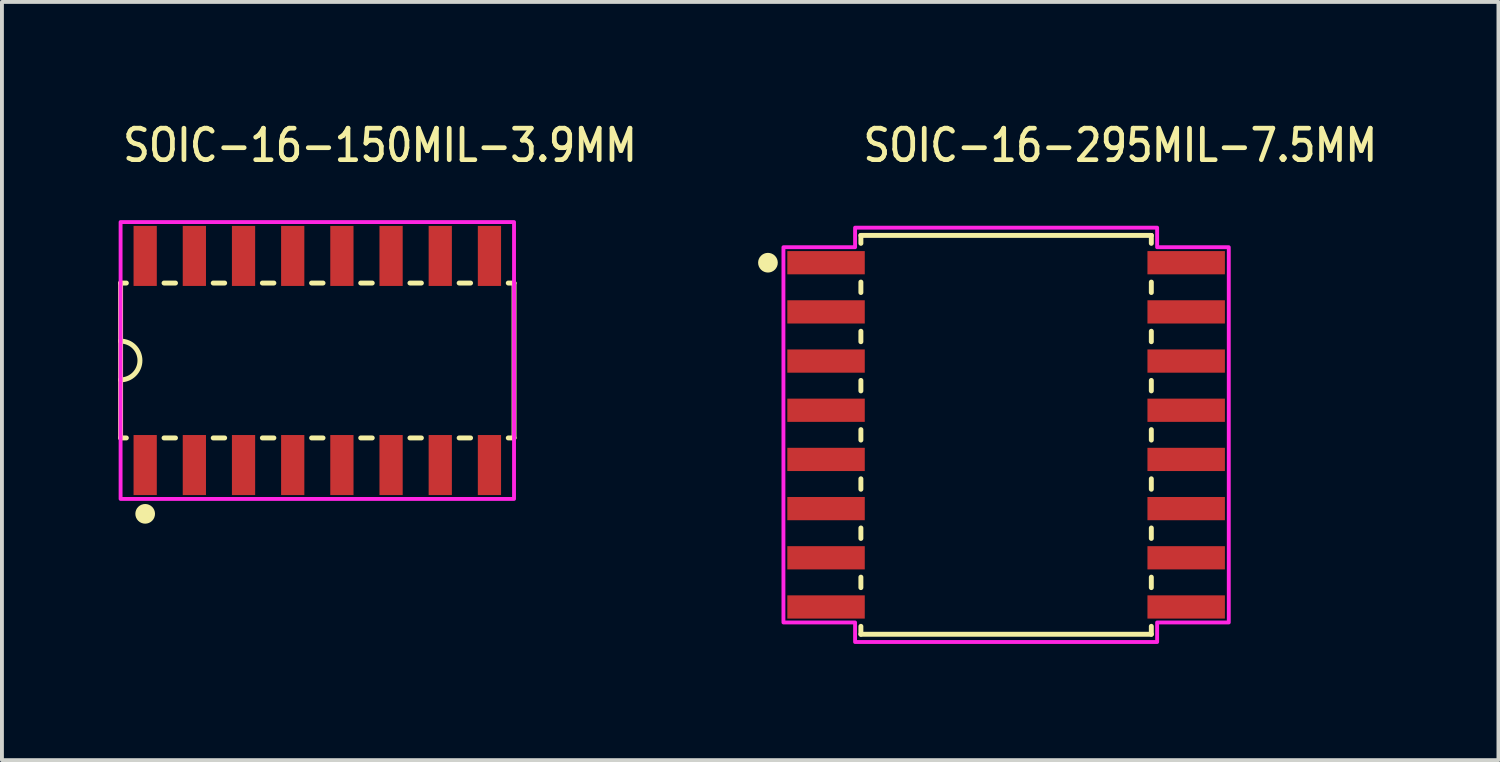
<source format=kicad_pcb>
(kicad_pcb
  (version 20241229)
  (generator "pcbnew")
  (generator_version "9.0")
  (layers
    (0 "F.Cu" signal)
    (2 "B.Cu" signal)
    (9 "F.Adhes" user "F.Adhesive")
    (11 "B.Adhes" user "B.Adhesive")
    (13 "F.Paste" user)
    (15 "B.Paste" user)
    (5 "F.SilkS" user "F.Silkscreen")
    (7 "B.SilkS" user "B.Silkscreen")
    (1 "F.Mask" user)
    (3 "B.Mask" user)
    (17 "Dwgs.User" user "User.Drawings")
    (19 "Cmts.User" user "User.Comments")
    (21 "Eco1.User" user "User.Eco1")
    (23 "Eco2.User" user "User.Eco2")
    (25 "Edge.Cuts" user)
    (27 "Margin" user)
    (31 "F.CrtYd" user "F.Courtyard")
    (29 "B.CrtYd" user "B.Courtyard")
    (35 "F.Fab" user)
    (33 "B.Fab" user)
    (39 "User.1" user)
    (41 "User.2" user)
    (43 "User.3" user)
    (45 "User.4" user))
  (footprint "SOIC-16-150MIL-3.9MM"
    (layer "F.Cu")
    (at 5.144 6.259)
    (property "Reference" "SOIC-16-150MIL-3.9MM" (at -5.08 -5.08 0) (unlocked yes) (layer "F.SilkS") (effects (font (size 0.813 0.695) (thickness 0.122)) (justify left bottom)))
    (fp_line (start -5.08 -2) (end -5.08 -0.5) (stroke (width 0.127) (type solid)) (layer "F.SilkS"))
    (fp_line (start -5.08 -2) (end -4.931 -2) (stroke (width 0.127) (type solid)) (layer "F.SilkS"))
    (fp_line (start -5.08 -0.5) (end -5.08 0.5) (stroke (width 0.127) (type solid)) (layer "F.SilkS"))
    (fp_line (start -5.08 0.5) (end -5.08 2) (stroke (width 0.127) (type solid)) (layer "F.SilkS"))
    (fp_line (start -5.08 2) (end -4.931 2) (stroke (width 0.127) (type solid)) (layer "F.SilkS"))
    (fp_line (start -3.958 -2) (end -3.662 -2) (stroke (width 0.127) (type solid)) (layer "F.SilkS"))
    (fp_line (start -3.958 2) (end -3.662 2) (stroke (width 0.127) (type solid)) (layer "F.SilkS"))
    (fp_line (start -2.688 -2) (end -2.392 -2) (stroke (width 0.127) (type solid)) (layer "F.SilkS"))
    (fp_line (start -2.688 2) (end -2.392 2) (stroke (width 0.127) (type solid)) (layer "F.SilkS"))
    (fp_line (start -1.419 -2) (end -1.121 -2) (stroke (width 0.127) (type solid)) (layer "F.SilkS"))
    (fp_line (start -1.419 2) (end -1.121 2) (stroke (width 0.127) (type solid)) (layer "F.SilkS"))
    (fp_line (start -0.148 -2) (end 0.148 -2) (stroke (width 0.127) (type solid)) (layer "F.SilkS"))
    (fp_line (start -0.148 2) (end 0.148 2) (stroke (width 0.127) (type solid)) (layer "F.SilkS"))
    (fp_line (start 1.121 -2) (end 1.419 -2) (stroke (width 0.127) (type solid)) (layer "F.SilkS"))
    (fp_line (start 1.121 2) (end 1.419 2) (stroke (width 0.127) (type solid)) (layer "F.SilkS"))
    (fp_line (start 2.392 -2) (end 2.688 -2) (stroke (width 0.127) (type solid)) (layer "F.SilkS"))
    (fp_line (start 2.392 2) (end 2.688 2) (stroke (width 0.127) (type solid)) (layer "F.SilkS"))
    (fp_line (start 3.662 -2) (end 3.958 -2) (stroke (width 0.127) (type solid)) (layer "F.SilkS"))
    (fp_line (start 3.662 2) (end 3.958 2) (stroke (width 0.127) (type solid)) (layer "F.SilkS"))
    (fp_line (start 4.931 -2) (end 5.08 -2) (stroke (width 0.127) (type solid)) (layer "F.SilkS"))
    (fp_line (start 4.931 2) (end 5.08 2) (stroke (width 0.127) (type solid)) (layer "F.SilkS"))
    (fp_line (start 5.08 -2) (end 5.08 2) (stroke (width 0.127) (type solid)) (layer "F.SilkS"))
    (fp_arc (start -5.08 -0.5) (mid -4.58 0) (end -5.08 0.5) (stroke (width 0.127) (type solid)) (layer "F.SilkS"))
    (fp_circle (center -4.445 3.96) (end -4.191 3.96) (stroke (width 0) (type solid)) (fill yes) (layer "F.SilkS"))
    (fp_poly (pts (xy -5.08 3.575) (xy 5.08 3.575) (xy 5.08 -3.575) (xy -5.08 -3.575)) (stroke (width 0.1) (type solid)) (fill no) (layer "F.CrtYd"))
    (pad "1" smd rect (at -4.445 2.7) (size 0.6 1.55) (layers "F.Cu" "F.Mask" "F.Paste"))
    (pad "2" smd rect (at -3.175 2.7) (size 0.6 1.55) (layers "F.Cu" "F.Mask" "F.Paste"))
    (pad "3" smd rect (at -1.905 2.7) (size 0.6 1.55) (layers "F.Cu" "F.Mask" "F.Paste"))
    (pad "4" smd rect (at -0.635 2.7) (size 0.6 1.55) (layers "F.Cu" "F.Mask" "F.Paste"))
    (pad "5" smd rect (at 0.635 2.7) (size 0.6 1.55) (layers "F.Cu" "F.Mask" "F.Paste"))
    (pad "6" smd rect (at 1.905 2.7) (size 0.6 1.55) (layers "F.Cu" "F.Mask" "F.Paste"))
    (pad "7" smd rect (at 3.175 2.7) (size 0.6 1.55) (layers "F.Cu" "F.Mask" "F.Paste"))
    (pad "8" smd rect (at 4.445 2.7) (size 0.6 1.55) (layers "F.Cu" "F.Mask" "F.Paste"))
    (pad "9" smd rect (at 4.445 -2.7) (size 0.6 1.55) (layers "F.Cu" "F.Mask" "F.Paste"))
    (pad "10" smd rect (at 3.175 -2.7) (size 0.6 1.55) (layers "F.Cu" "F.Mask" "F.Paste"))
    (pad "11" smd rect (at 1.905 -2.7) (size 0.6 1.55) (layers "F.Cu" "F.Mask" "F.Paste"))
    (pad "12" smd rect (at 0.635 -2.7) (size 0.6 1.55) (layers "F.Cu" "F.Mask" "F.Paste"))
    (pad "13" smd rect (at -0.635 -2.7) (size 0.6 1.55) (layers "F.Cu" "F.Mask" "F.Paste"))
    (pad "14" smd rect (at -1.905 -2.7) (size 0.6 1.55) (layers "F.Cu" "F.Mask" "F.Paste"))
    (pad "15" smd rect (at -3.175 -2.7) (size 0.6 1.55) (layers "F.Cu" "F.Mask" "F.Paste"))
    (pad "16" smd rect (at -4.445 -2.7) (size 0.6 1.55) (layers "F.Cu" "F.Mask" "F.Paste")))
  (footprint "SOIC-16-295MIL-7.5MM"
    (layer "F.Cu")
    (at 22.931 8.179)
    (property "Reference" "SOIC-16-295MIL-7.5MM" (at -3.75 -7 0) (unlocked yes) (layer "F.SilkS") (effects (font (size 0.813 0.695) (thickness 0.122)) (justify left bottom)))
    (fp_line (start -3.75 -5.15) (end -3.75 -4.945) (stroke (width 0.127) (type solid)) (layer "F.SilkS"))
    (fp_line (start -3.75 -3.945) (end -3.75 -3.675) (stroke (width 0.127) (type solid)) (layer "F.SilkS"))
    (fp_line (start -3.75 -2.675) (end -3.75 -2.405) (stroke (width 0.127) (type solid)) (layer "F.SilkS"))
    (fp_line (start -3.75 -1.405) (end -3.75 -1.135) (stroke (width 0.127) (type solid)) (layer "F.SilkS"))
    (fp_line (start -3.75 -0.135) (end -3.75 0.135) (stroke (width 0.127) (type solid)) (layer "F.SilkS"))
    (fp_line (start -3.75 1.135) (end -3.75 1.405) (stroke (width 0.127) (type solid)) (layer "F.SilkS"))
    (fp_line (start -3.75 2.405) (end -3.75 2.675) (stroke (width 0.127) (type solid)) (layer "F.SilkS"))
    (fp_line (start -3.75 3.675) (end -3.75 3.945) (stroke (width 0.127) (type solid)) (layer "F.SilkS"))
    (fp_line (start -3.75 4.945) (end -3.75 5.15) (stroke (width 0.127) (type solid)) (layer "F.SilkS"))
    (fp_line (start -3.75 5.15) (end 3.75 5.15) (stroke (width 0.127) (type solid)) (layer "F.SilkS"))
    (fp_line (start 3.75 -5.15) (end -3.75 -5.15) (stroke (width 0.127) (type solid)) (layer "F.SilkS"))
    (fp_line (start 3.75 -4.945) (end 3.75 -5.15) (stroke (width 0.127) (type solid)) (layer "F.SilkS"))
    (fp_line (start 3.75 -3.945) (end 3.75 -3.675) (stroke (width 0.127) (type solid)) (layer "F.SilkS"))
    (fp_line (start 3.75 -2.675) (end 3.75 -2.405) (stroke (width 0.127) (type solid)) (layer "F.SilkS"))
    (fp_line (start 3.75 -1.405) (end 3.75 -1.135) (stroke (width 0.127) (type solid)) (layer "F.SilkS"))
    (fp_line (start 3.75 -0.135) (end 3.75 0.135) (stroke (width 0.127) (type solid)) (layer "F.SilkS"))
    (fp_line (start 3.75 1.135) (end 3.75 1.405) (stroke (width 0.127) (type solid)) (layer "F.SilkS"))
    (fp_line (start 3.75 2.405) (end 3.75 2.675) (stroke (width 0.127) (type solid)) (layer "F.SilkS"))
    (fp_line (start 3.75 3.675) (end 3.75 3.945) (stroke (width 0.127) (type solid)) (layer "F.SilkS"))
    (fp_line (start 3.75 5.15) (end 3.75 4.945) (stroke (width 0.127) (type solid)) (layer "F.SilkS"))
    (fp_circle (center -6.15 -4.445) (end -5.896 -4.445) (stroke (width 0) (type solid)) (fill yes) (layer "F.SilkS"))
    (fp_poly (pts (xy -5.75 -4.845) (xy -3.9 -4.845) (xy -3.9 -5.35) (xy 3.9 -5.35) (xy 3.9 -4.845) (xy 5.75 -4.845) (xy 5.75 4.845) (xy 3.9 4.845) (xy 3.9 5.35) (xy -3.9 5.35) (xy -3.9 4.845) (xy -5.75 4.845)) (stroke (width 0.1) (type solid)) (fill no) (layer "F.CrtYd"))
    (pad "1" smd rect (at -4.65 -4.445) (size 2 0.6) (layers "F.Cu" "F.Mask" "F.Paste"))
    (pad "2" smd rect (at -4.65 -3.175) (size 2 0.6) (layers "F.Cu" "F.Mask" "F.Paste"))
    (pad "3" smd rect (at -4.65 -1.905) (size 2 0.6) (layers "F.Cu" "F.Mask" "F.Paste"))
    (pad "4" smd rect (at -4.65 -0.635) (size 2 0.6) (layers "F.Cu" "F.Mask" "F.Paste"))
    (pad "5" smd rect (at -4.65 0.635) (size 2 0.6) (layers "F.Cu" "F.Mask" "F.Paste"))
    (pad "6" smd rect (at -4.65 1.905) (size 2 0.6) (layers "F.Cu" "F.Mask" "F.Paste"))
    (pad "7" smd rect (at -4.65 3.175) (size 2 0.6) (layers "F.Cu" "F.Mask" "F.Paste"))
    (pad "8" smd rect (at -4.65 4.445) (size 2 0.6) (layers "F.Cu" "F.Mask" "F.Paste"))
    (pad "9" smd rect (at 4.65 4.445) (size 2 0.6) (layers "F.Cu" "F.Mask" "F.Paste"))
    (pad "10" smd rect (at 4.65 3.175) (size 2 0.6) (layers "F.Cu" "F.Mask" "F.Paste"))
    (pad "11" smd rect (at 4.65 1.905) (size 2 0.6) (layers "F.Cu" "F.Mask" "F.Paste"))
    (pad "12" smd rect (at 4.65 0.635) (size 2 0.6) (layers "F.Cu" "F.Mask" "F.Paste"))
    (pad "13" smd rect (at 4.65 -0.635) (size 2 0.6) (layers "F.Cu" "F.Mask" "F.Paste"))
    (pad "14" smd rect (at 4.65 -1.905) (size 2 0.6) (layers "F.Cu" "F.Mask" "F.Paste"))
    (pad "15" smd rect (at 4.65 -3.175) (size 2 0.6) (layers "F.Cu" "F.Mask" "F.Paste"))
    (pad "16" smd rect (at 4.65 -4.445) (size 2 0.6) (layers "F.Cu" "F.Mask" "F.Paste")))
  (gr_rect
    (start -3 -3)
    (end 35.645 16.579)
    (stroke (width 0.1) (type default))
    (fill no)
    (layer "Edge.Cuts")))
</source>
